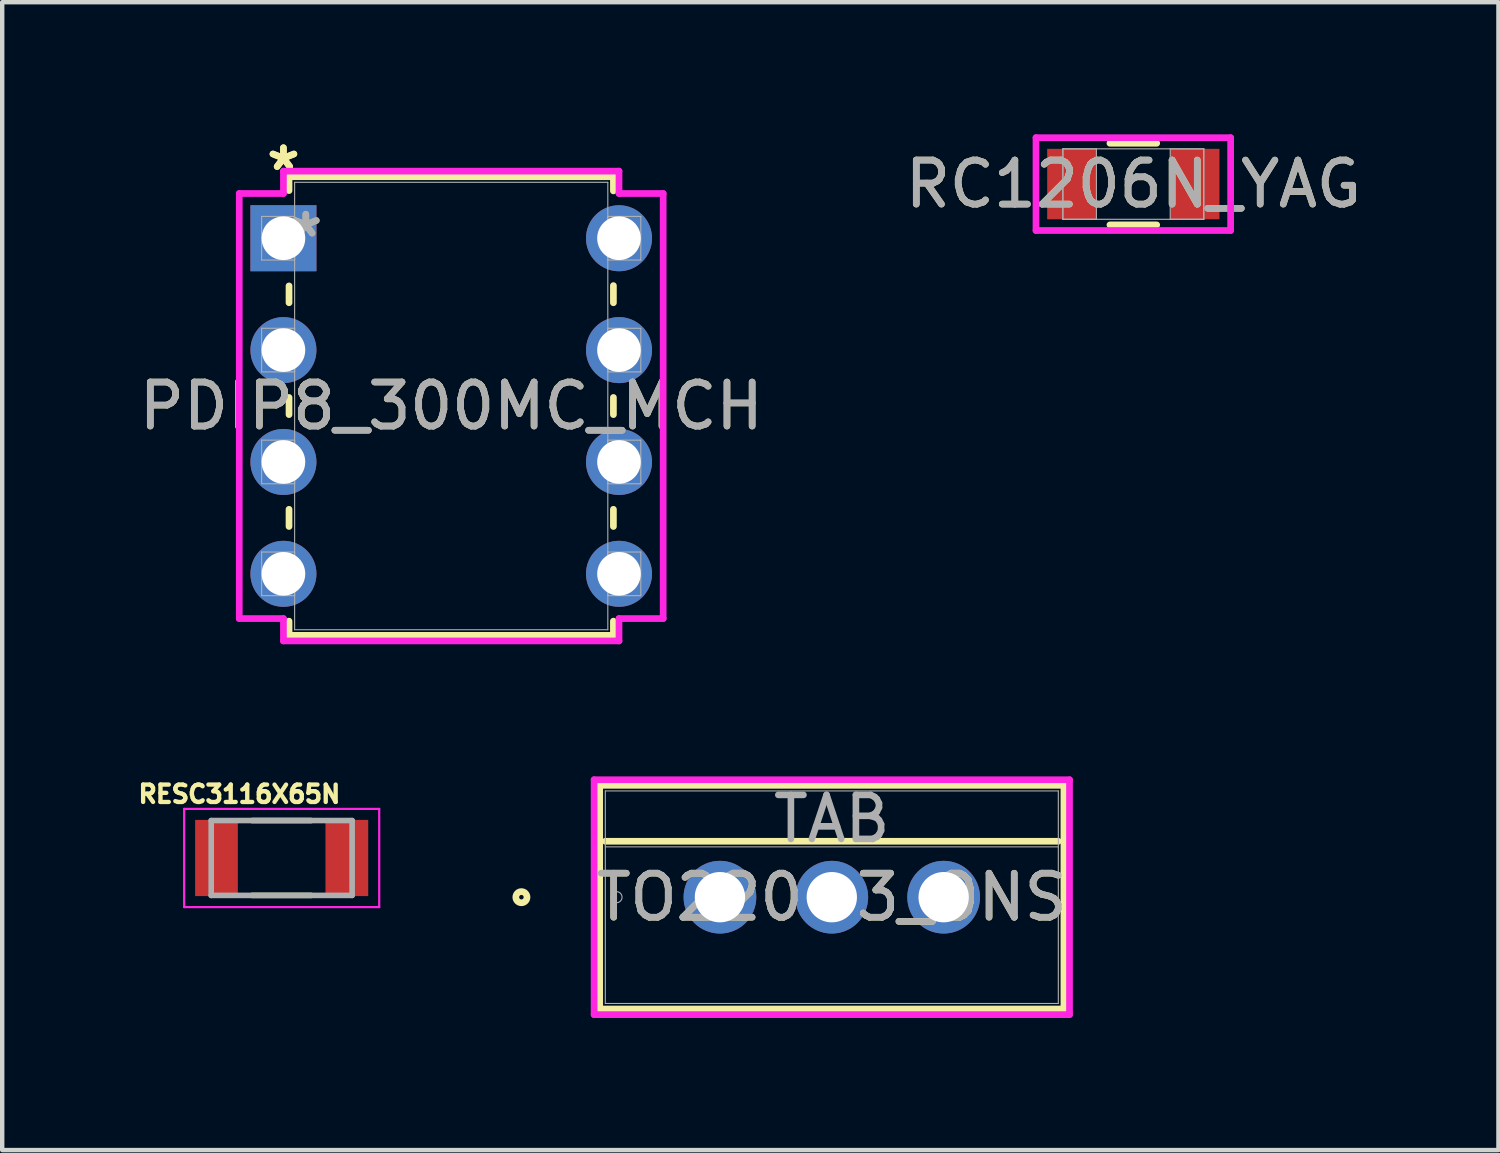
<source format=kicad_pcb>
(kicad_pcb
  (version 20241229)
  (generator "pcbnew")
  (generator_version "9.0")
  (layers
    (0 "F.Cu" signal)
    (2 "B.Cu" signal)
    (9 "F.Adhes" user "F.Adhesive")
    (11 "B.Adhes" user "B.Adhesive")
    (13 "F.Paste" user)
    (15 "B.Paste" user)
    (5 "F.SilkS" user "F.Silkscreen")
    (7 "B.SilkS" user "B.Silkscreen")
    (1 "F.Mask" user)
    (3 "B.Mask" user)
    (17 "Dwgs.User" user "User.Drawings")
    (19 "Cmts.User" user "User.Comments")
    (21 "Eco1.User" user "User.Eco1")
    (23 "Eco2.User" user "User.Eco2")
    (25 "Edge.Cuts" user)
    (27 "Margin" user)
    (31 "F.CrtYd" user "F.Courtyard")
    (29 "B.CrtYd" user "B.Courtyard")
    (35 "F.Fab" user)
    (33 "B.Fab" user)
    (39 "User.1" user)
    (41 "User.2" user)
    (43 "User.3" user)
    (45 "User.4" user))
  (footprint "RESC3116X65N"
    (layer "F.Cu")
    (at 3.346 16.433)
    (property "Reference" "RESC3116X65N" (at -0.96 -1.45 0) (layer "F.SilkS") (effects (font (size 0.394 0.394) (thickness 0.15))))
    (attr smd)
    (fp_line (start -0.67 -0.85) (end 0.67 -0.85) (stroke (width 0.127) (type solid)) (layer "F.SilkS"))
    (fp_line (start -0.67 0.85) (end 0.67 0.85) (stroke (width 0.127) (type solid)) (layer "F.SilkS"))
    (fp_line (start -2.215 -1.115) (end 2.215 -1.115) (stroke (width 0.05) (type solid)) (layer "F.CrtYd"))
    (fp_line (start -2.215 1.115) (end -2.215 -1.115) (stroke (width 0.05) (type solid)) (layer "F.CrtYd"))
    (fp_line (start -2.215 1.115) (end 2.215 1.115) (stroke (width 0.05) (type solid)) (layer "F.CrtYd"))
    (fp_line (start 2.215 1.115) (end 2.215 -1.115) (stroke (width 0.05) (type solid)) (layer "F.CrtYd"))
    (fp_line (start -1.6 0.85) (end -1.6 -0.85) (stroke (width 0.127) (type solid)) (layer "F.Fab"))
    (fp_line (start 1.6 -0.85) (end -1.6 -0.85) (stroke (width 0.127) (type solid)) (layer "F.Fab"))
    (fp_line (start 1.6 0.85) (end -1.6 0.85) (stroke (width 0.127) (type solid)) (layer "F.Fab"))
    (fp_line (start 1.6 0.85) (end 1.6 -0.85) (stroke (width 0.127) (type solid)) (layer "F.Fab"))
    (pad "1" smd rect (at -1.48 0) (size 0.97 1.73) (layers "F.Cu" "F.Mask" "F.Paste"))
    (pad "2" smd rect (at 1.48 0) (size 0.97 1.73) (layers "F.Cu" "F.Mask" "F.Paste")))
  (footprint "PDIP8_300MC_MCH"
    (layer "F.Cu")
    (at 3.386 2.36)
    (property "Reference" "PDIP8_300MC_MCH" (at 3.81 3.81 0) (unlocked yes) (layer "F.SilkS") (effects (font (size 1 1) (thickness 0.15))))
    (attr through_hole)
    (fp_line (start 0.127 -1.397) (end 0.127 -1.082) (stroke (width 0.152) (type solid)) (layer "F.SilkS"))
    (fp_line (start 0.127 1.082) (end 0.127 1.465) (stroke (width 0.152) (type solid)) (layer "F.SilkS"))
    (fp_line (start 0.127 3.615) (end 0.127 4.005) (stroke (width 0.152) (type solid)) (layer "F.SilkS"))
    (fp_line (start 0.127 6.155) (end 0.127 6.545) (stroke (width 0.152) (type solid)) (layer "F.SilkS"))
    (fp_line (start 0.127 8.695) (end 0.127 9.017) (stroke (width 0.152) (type solid)) (layer "F.SilkS"))
    (fp_line (start 0.127 9.017) (end 7.493 9.017) (stroke (width 0.152) (type solid)) (layer "F.SilkS"))
    (fp_line (start 7.493 -1.397) (end 0.127 -1.397) (stroke (width 0.152) (type solid)) (layer "F.SilkS"))
    (fp_line (start 7.493 -1.075) (end 7.493 -1.397) (stroke (width 0.152) (type solid)) (layer "F.SilkS"))
    (fp_line (start 7.493 1.465) (end 7.493 1.075) (stroke (width 0.152) (type solid)) (layer "F.SilkS"))
    (fp_line (start 7.493 4.005) (end 7.493 3.615) (stroke (width 0.152) (type solid)) (layer "F.SilkS"))
    (fp_line (start 7.493 6.545) (end 7.493 6.155) (stroke (width 0.152) (type solid)) (layer "F.SilkS"))
    (fp_line (start 7.493 9.017) (end 7.493 8.695) (stroke (width 0.152) (type solid)) (layer "F.SilkS"))
    (fp_line (start -1.003 -1.016) (end 0 -1.016) (stroke (width 0.152) (type solid)) (layer "F.CrtYd"))
    (fp_line (start -1.003 8.636) (end -1.003 -1.016) (stroke (width 0.152) (type solid)) (layer "F.CrtYd"))
    (fp_line (start 0 -1.524) (end 7.62 -1.524) (stroke (width 0.152) (type solid)) (layer "F.CrtYd"))
    (fp_line (start 0 -1.016) (end 0 -1.524) (stroke (width 0.152) (type solid)) (layer "F.CrtYd"))
    (fp_line (start 0 8.636) (end -1.003 8.636) (stroke (width 0.152) (type solid)) (layer "F.CrtYd"))
    (fp_line (start 0 9.144) (end 0 8.636) (stroke (width 0.152) (type solid)) (layer "F.CrtYd"))
    (fp_line (start 7.62 -1.524) (end 7.62 -1.016) (stroke (width 0.152) (type solid)) (layer "F.CrtYd"))
    (fp_line (start 7.62 8.636) (end 7.62 9.144) (stroke (width 0.152) (type solid)) (layer "F.CrtYd"))
    (fp_line (start 7.62 9.144) (end 0 9.144) (stroke (width 0.152) (type solid)) (layer "F.CrtYd"))
    (fp_line (start 8.623 -1.016) (end 7.62 -1.016) (stroke (width 0.152) (type solid)) (layer "F.CrtYd"))
    (fp_line (start 8.623 -1.016) (end 8.623 8.636) (stroke (width 0.152) (type solid)) (layer "F.CrtYd"))
    (fp_line (start 8.623 8.636) (end 7.62 8.636) (stroke (width 0.152) (type solid)) (layer "F.CrtYd"))
    (fp_line (start -0.495 -0.495) (end -0.495 0.495) (stroke (width 0.025) (type solid)) (layer "F.Fab"))
    (fp_line (start -0.495 0.495) (end 0.254 0.495) (stroke (width 0.025) (type solid)) (layer "F.Fab"))
    (fp_line (start -0.495 2.045) (end -0.495 3.035) (stroke (width 0.025) (type solid)) (layer "F.Fab"))
    (fp_line (start -0.495 3.035) (end 0.254 3.035) (stroke (width 0.025) (type solid)) (layer "F.Fab"))
    (fp_line (start -0.495 4.585) (end -0.495 5.575) (stroke (width 0.025) (type solid)) (layer "F.Fab"))
    (fp_line (start -0.495 5.575) (end 0.254 5.575) (stroke (width 0.025) (type solid)) (layer "F.Fab"))
    (fp_line (start -0.495 7.125) (end -0.495 8.115) (stroke (width 0.025) (type solid)) (layer "F.Fab"))
    (fp_line (start -0.495 8.115) (end 0.254 8.115) (stroke (width 0.025) (type solid)) (layer "F.Fab"))
    (fp_line (start 0.254 -1.27) (end 0.254 8.89) (stroke (width 0.025) (type solid)) (layer "F.Fab"))
    (fp_line (start 0.254 -0.495) (end -0.495 -0.495) (stroke (width 0.025) (type solid)) (layer "F.Fab"))
    (fp_line (start 0.254 0.495) (end 0.254 -0.495) (stroke (width 0.025) (type solid)) (layer "F.Fab"))
    (fp_line (start 0.254 2.045) (end -0.495 2.045) (stroke (width 0.025) (type solid)) (layer "F.Fab"))
    (fp_line (start 0.254 3.035) (end 0.254 2.045) (stroke (width 0.025) (type solid)) (layer "F.Fab"))
    (fp_line (start 0.254 4.585) (end -0.495 4.585) (stroke (width 0.025) (type solid)) (layer "F.Fab"))
    (fp_line (start 0.254 5.575) (end 0.254 4.585) (stroke (width 0.025) (type solid)) (layer "F.Fab"))
    (fp_line (start 0.254 7.125) (end -0.495 7.125) (stroke (width 0.025) (type solid)) (layer "F.Fab"))
    (fp_line (start 0.254 8.115) (end 0.254 7.125) (stroke (width 0.025) (type solid)) (layer "F.Fab"))
    (fp_line (start 0.254 8.89) (end 7.366 8.89) (stroke (width 0.025) (type solid)) (layer "F.Fab"))
    (fp_line (start 7.366 -1.27) (end 0.254 -1.27) (stroke (width 0.025) (type solid)) (layer "F.Fab"))
    (fp_line (start 7.366 -0.495) (end 7.366 0.495) (stroke (width 0.025) (type solid)) (layer "F.Fab"))
    (fp_line (start 7.366 0.495) (end 8.115 0.495) (stroke (width 0.025) (type solid)) (layer "F.Fab"))
    (fp_line (start 7.366 2.045) (end 7.366 3.035) (stroke (width 0.025) (type solid)) (layer "F.Fab"))
    (fp_line (start 7.366 3.035) (end 8.115 3.035) (stroke (width 0.025) (type solid)) (layer "F.Fab"))
    (fp_line (start 7.366 4.585) (end 7.366 5.575) (stroke (width 0.025) (type solid)) (layer "F.Fab"))
    (fp_line (start 7.366 5.575) (end 8.115 5.575) (stroke (width 0.025) (type solid)) (layer "F.Fab"))
    (fp_line (start 7.366 7.125) (end 7.366 8.115) (stroke (width 0.025) (type solid)) (layer "F.Fab"))
    (fp_line (start 7.366 8.115) (end 8.115 8.115) (stroke (width 0.025) (type solid)) (layer "F.Fab"))
    (fp_line (start 7.366 8.89) (end 7.366 -1.27) (stroke (width 0.025) (type solid)) (layer "F.Fab"))
    (fp_line (start 8.115 -0.495) (end 7.366 -0.495) (stroke (width 0.025) (type solid)) (layer "F.Fab"))
    (fp_line (start 8.115 0.495) (end 8.115 -0.495) (stroke (width 0.025) (type solid)) (layer "F.Fab"))
    (fp_line (start 8.115 2.045) (end 7.366 2.045) (stroke (width 0.025) (type solid)) (layer "F.Fab"))
    (fp_line (start 8.115 3.035) (end 8.115 2.045) (stroke (width 0.025) (type solid)) (layer "F.Fab"))
    (fp_line (start 8.115 4.585) (end 7.366 4.585) (stroke (width 0.025) (type solid)) (layer "F.Fab"))
    (fp_line (start 8.115 5.575) (end 8.115 4.585) (stroke (width 0.025) (type solid)) (layer "F.Fab"))
    (fp_line (start 8.115 7.125) (end 7.366 7.125) (stroke (width 0.025) (type solid)) (layer "F.Fab"))
    (fp_line (start 8.115 8.115) (end 8.115 7.125) (stroke (width 0.025) (type solid)) (layer "F.Fab"))
    (fp_text user "*" (at 0 -1.511 0) (layer "F.SilkS") (effects (font (size 1 1) (thickness 0.15))))
    (fp_text user "*" (at 0 -1.511 0) (unlocked yes) (layer "F.SilkS") (effects (font (size 1 1) (thickness 0.15))))
    (fp_text user "${REFERENCE}" (at 3.81 3.81 0) (unlocked yes) (layer "F.Fab") (effects (font (size 1 1) (thickness 0.15))))
    (fp_text user "*" (at 0.508 0 0) (layer "F.Fab") (effects (font (size 1 1) (thickness 0.15))))
    (fp_text user "*" (at 0.508 0 0) (unlocked yes) (layer "F.Fab") (effects (font (size 1 1) (thickness 0.15))))
    (pad "1" thru_hole rect (at 0 0) (size 1.499 1.499) (drill 0.991) (layers "*.Cu" "*.Mask"))
    (pad "2" thru_hole circle (at 0 2.54) (size 1.499 1.499) (drill 0.991) (layers "*.Cu" "*.Mask"))
    (pad "3" thru_hole circle (at 0 5.08) (size 1.499 1.499) (drill 0.991) (layers "*.Cu" "*.Mask"))
    (pad "4" thru_hole circle (at 0 7.62) (size 1.499 1.499) (drill 0.991) (layers "*.Cu" "*.Mask"))
    (pad "5" thru_hole circle (at 7.62 7.62) (size 1.499 1.499) (drill 0.991) (layers "*.Cu" "*.Mask"))
    (pad "6" thru_hole circle (at 7.62 5.08) (size 1.499 1.499) (drill 0.991) (layers "*.Cu" "*.Mask"))
    (pad "7" thru_hole circle (at 7.62 2.54) (size 1.499 1.499) (drill 0.991) (layers "*.Cu" "*.Mask"))
    (pad "8" thru_hole circle (at 7.62 0) (size 1.499 1.499) (drill 0.991) (layers "*.Cu" "*.Mask")))
  (footprint "TO220-3_ONS"
    (layer "F.Cu")
    (at 13.298 17.323)
    (property "Reference" "TO220-3_ONS" (at 2.54 0 0) (unlocked yes) (layer "F.SilkS") (effects (font (size 1 1) (thickness 0.15))))
    (attr through_hole)
    (fp_line (start -2.731 -2.54) (end -2.731 2.54) (stroke (width 0.152) (type solid)) (layer "F.SilkS"))
    (fp_line (start -2.731 2.54) (end 7.811 2.54) (stroke (width 0.152) (type solid)) (layer "F.SilkS"))
    (fp_line (start -2.603 -1.27) (end 7.684 -1.27) (stroke (width 0.152) (type solid)) (layer "F.SilkS"))
    (fp_line (start 7.811 -2.54) (end -2.731 -2.54) (stroke (width 0.152) (type solid)) (layer "F.SilkS"))
    (fp_line (start 7.811 2.54) (end 7.811 -2.54) (stroke (width 0.152) (type solid)) (layer "F.SilkS"))
    (fp_circle (center -4.508 0) (end -4.381 0) (stroke (width 0.152) (type solid)) (fill no) (layer "F.SilkS"))
    (fp_line (start -2.857 -2.667) (end -2.857 2.667) (stroke (width 0.152) (type solid)) (layer "F.CrtYd"))
    (fp_line (start -2.857 2.667) (end 7.938 2.667) (stroke (width 0.152) (type solid)) (layer "F.CrtYd"))
    (fp_line (start 7.938 -2.667) (end -2.857 -2.667) (stroke (width 0.152) (type solid)) (layer "F.CrtYd"))
    (fp_line (start 7.938 2.667) (end 7.938 -2.667) (stroke (width 0.152) (type solid)) (layer "F.CrtYd"))
    (fp_line (start -2.603 -2.413) (end -2.603 2.413) (stroke (width 0.025) (type solid)) (layer "F.Fab"))
    (fp_line (start -2.603 -1.143) (end 7.684 -1.143) (stroke (width 0.025) (type solid)) (layer "F.Fab"))
    (fp_line (start -2.603 2.413) (end 7.684 2.413) (stroke (width 0.025) (type solid)) (layer "F.Fab"))
    (fp_line (start 7.684 -2.413) (end -2.603 -2.413) (stroke (width 0.025) (type solid)) (layer "F.Fab"))
    (fp_line (start 7.684 2.413) (end 7.684 -2.413) (stroke (width 0.025) (type solid)) (layer "F.Fab"))
    (fp_circle (center -2.349 0) (end -2.223 0) (stroke (width 0.025) (type solid)) (fill no) (layer "F.Fab"))
    (fp_text user "${REFERENCE}" (at 2.54 0 0) (unlocked yes) (layer "F.Fab") (effects (font (size 1 1) (thickness 0.15))))
    (fp_text user "TAB" (at 2.54 -1.778 0) (unlocked yes) (layer "F.Fab") (effects (font (size 1 1) (thickness 0.15))))
    (pad "1" thru_hole circle (at 0 0) (size 1.651 1.651) (drill 1.143) (layers "*.Cu" "*.Mask"))
    (pad "2" thru_hole circle (at 2.54 0) (size 1.651 1.651) (drill 1.143) (layers "*.Cu" "*.Mask"))
    (pad "3" thru_hole circle (at 5.08 0) (size 1.651 1.651) (drill 1.143) (layers "*.Cu" "*.Mask")))
  (footprint "RC1206N_YAG"
    (layer "F.Cu")
    (at 22.685 1.13)
    (property "Reference" "RC1206N_YAG" (at 0 0 0) (unlocked yes) (layer "F.SilkS") (effects (font (size 1 1) (thickness 0.15))))
    (attr smd)
    (fp_line (start -0.531 0.927) (end 0.531 0.927) (stroke (width 0.152) (type solid)) (layer "F.SilkS"))
    (fp_line (start 0.531 -0.927) (end -0.531 -0.927) (stroke (width 0.152) (type solid)) (layer "F.SilkS"))
    (fp_line (start -2.21 -1.054) (end 2.21 -1.054) (stroke (width 0.152) (type solid)) (layer "F.CrtYd"))
    (fp_line (start -2.21 1.054) (end -2.21 -1.054) (stroke (width 0.152) (type solid)) (layer "F.CrtYd"))
    (fp_line (start 2.21 -1.054) (end 2.21 1.054) (stroke (width 0.152) (type solid)) (layer "F.CrtYd"))
    (fp_line (start 2.21 1.054) (end -2.21 1.054) (stroke (width 0.152) (type solid)) (layer "F.CrtYd"))
    (fp_line (start -1.6 -0.8) (end -1.6 0.8) (stroke (width 0.025) (type solid)) (layer "F.Fab"))
    (fp_line (start -1.6 -0.8) (end -1.6 0.8) (stroke (width 0.025) (type solid)) (layer "F.Fab"))
    (fp_line (start -1.6 0.8) (end -0.838 0.8) (stroke (width 0.025) (type solid)) (layer "F.Fab"))
    (fp_line (start -1.6 0.8) (end 1.6 0.8) (stroke (width 0.025) (type solid)) (layer "F.Fab"))
    (fp_line (start -0.838 -0.8) (end -1.6 -0.8) (stroke (width 0.025) (type solid)) (layer "F.Fab"))
    (fp_line (start -0.838 0.8) (end -0.838 -0.8) (stroke (width 0.025) (type solid)) (layer "F.Fab"))
    (fp_line (start 0.838 -0.8) (end 0.838 0.8) (stroke (width 0.025) (type solid)) (layer "F.Fab"))
    (fp_line (start 0.838 0.8) (end 1.6 0.8) (stroke (width 0.025) (type solid)) (layer "F.Fab"))
    (fp_line (start 1.6 -0.8) (end -1.6 -0.8) (stroke (width 0.025) (type solid)) (layer "F.Fab"))
    (fp_line (start 1.6 -0.8) (end 0.838 -0.8) (stroke (width 0.025) (type solid)) (layer "F.Fab"))
    (fp_line (start 1.6 0.8) (end 1.6 -0.8) (stroke (width 0.025) (type solid)) (layer "F.Fab"))
    (fp_line (start 1.6 0.8) (end 1.6 -0.8) (stroke (width 0.025) (type solid)) (layer "F.Fab"))
    (fp_text user "${REFERENCE}" (at 0 0 0) (unlocked yes) (layer "F.Fab") (effects (font (size 1 1) (thickness 0.15))))
    (pad "1" smd rect (at -1.397 0) (size 1.118 1.6) (layers "F.Cu" "F.Mask" "F.Paste"))
    (pad "2" smd rect (at 1.397 0) (size 1.118 1.6) (layers "F.Cu" "F.Mask" "F.Paste"))
    (zone (net_name "") (layer "F.Cu") (hatch full 0.508) (connect_pads) (min_thickness 0.254) (filled_areas_thickness no) (keepout (tracks not_allowed) (vias not_allowed) (pads allowed) (copperpour not_allowed) (footprints allowed)) (placement (enabled no)) (fill) (polygon (pts (xy 21.897 0.381) (xy 23.472 0.381) (xy 23.472 1.88) (xy 21.897 1.88)))))
  (gr_rect
    (start -3 -3)
    (end 30.976 23.066)
    (stroke (width 0.1) (type default))
    (fill no)
    (layer "Edge.Cuts")))
</source>
